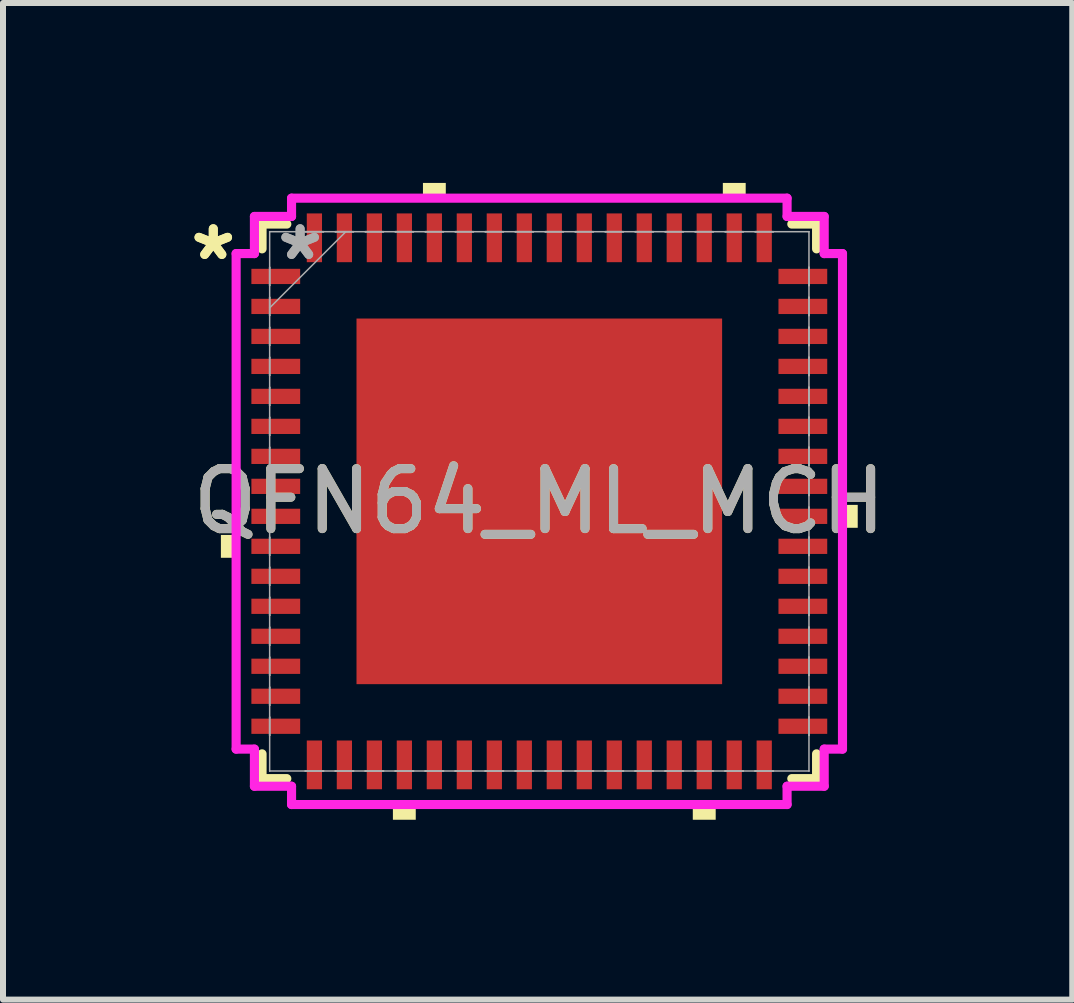
<source format=kicad_pcb>
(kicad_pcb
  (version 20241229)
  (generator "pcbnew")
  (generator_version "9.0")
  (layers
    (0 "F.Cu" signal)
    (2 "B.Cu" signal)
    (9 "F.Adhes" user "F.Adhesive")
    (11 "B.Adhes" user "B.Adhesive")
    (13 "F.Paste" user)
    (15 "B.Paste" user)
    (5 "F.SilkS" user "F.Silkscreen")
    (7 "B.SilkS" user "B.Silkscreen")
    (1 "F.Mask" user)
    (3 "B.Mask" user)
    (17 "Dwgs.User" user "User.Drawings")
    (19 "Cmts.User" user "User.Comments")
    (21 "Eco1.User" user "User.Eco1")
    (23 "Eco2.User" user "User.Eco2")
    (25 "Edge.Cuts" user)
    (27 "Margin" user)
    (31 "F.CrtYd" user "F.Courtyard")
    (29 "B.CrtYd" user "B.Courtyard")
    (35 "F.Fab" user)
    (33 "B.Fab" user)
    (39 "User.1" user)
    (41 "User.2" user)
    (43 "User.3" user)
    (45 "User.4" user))
  (footprint "QFN64_ML_MCH"
    (layer "F.Cu")
    (at 5.942 5.309)
    (property "Reference" "QFN64_ML_MCH" (at 0 0 0) (unlocked yes) (layer "F.SilkS") (effects (font (size 1 1) (thickness 0.15))))
    (attr smd)
    (fp_line (start -4.623 -4.623) (end -4.623 -4.21) (stroke (width 0.152) (type solid)) (layer "F.SilkS"))
    (fp_line (start -4.623 4.21) (end -4.623 4.623) (stroke (width 0.152) (type solid)) (layer "F.SilkS"))
    (fp_line (start -4.623 4.623) (end -4.21 4.623) (stroke (width 0.152) (type solid)) (layer "F.SilkS"))
    (fp_line (start -4.21 -4.623) (end -4.623 -4.623) (stroke (width 0.152) (type solid)) (layer "F.SilkS"))
    (fp_line (start 4.21 4.623) (end 4.623 4.623) (stroke (width 0.152) (type solid)) (layer "F.SilkS"))
    (fp_line (start 4.623 -4.623) (end 4.21 -4.623) (stroke (width 0.152) (type solid)) (layer "F.SilkS"))
    (fp_line (start 4.623 -4.21) (end 4.623 -4.623) (stroke (width 0.152) (type solid)) (layer "F.SilkS"))
    (fp_line (start 4.623 4.623) (end 4.623 4.21) (stroke (width 0.152) (type solid)) (layer "F.SilkS"))
    (fp_poly (pts (xy -5.309 0.56) (xy -5.309 0.941) (xy -5.055 0.941) (xy -5.055 0.56)) (stroke (width 0) (type solid)) (fill yes) (layer "F.SilkS"))
    (fp_poly (pts (xy -2.441 5.055) (xy -2.441 5.309) (xy -2.06 5.309) (xy -2.06 5.055)) (stroke (width 0) (type solid)) (fill yes) (layer "F.SilkS"))
    (fp_poly (pts (xy -1.94 -5.055) (xy -1.94 -5.309) (xy -1.559 -5.309) (xy -1.559 -5.055)) (stroke (width 0) (type solid)) (fill yes) (layer "F.SilkS"))
    (fp_poly (pts (xy 2.559 5.055) (xy 2.559 5.309) (xy 2.941 5.309) (xy 2.941 5.055)) (stroke (width 0) (type solid)) (fill yes) (layer "F.SilkS"))
    (fp_poly (pts (xy 3.06 -5.055) (xy 3.06 -5.309) (xy 3.441 -5.309) (xy 3.441 -5.055)) (stroke (width 0) (type solid)) (fill yes) (layer "F.SilkS"))
    (fp_poly (pts (xy 5.309 0.059) (xy 5.309 0.441) (xy 5.055 0.441) (xy 5.055 0.059)) (stroke (width 0) (type solid)) (fill yes) (layer "F.SilkS"))
    (fp_poly (pts (xy -2.948 -2.948) (xy -2.948 -1.624) (xy -1.624 -1.624) (xy -1.624 -2.948)) (stroke (width 0) (type solid)) (fill yes) (layer "F.Paste"))
    (fp_poly (pts (xy -2.948 -1.424) (xy -2.948 -0.1) (xy -1.624 -0.1) (xy -1.624 -1.424)) (stroke (width 0) (type solid)) (fill yes) (layer "F.Paste"))
    (fp_poly (pts (xy -2.948 0.1) (xy -2.948 1.424) (xy -1.624 1.424) (xy -1.624 0.1)) (stroke (width 0) (type solid)) (fill yes) (layer "F.Paste"))
    (fp_poly (pts (xy -2.948 1.624) (xy -2.948 2.948) (xy -1.624 2.948) (xy -1.624 1.624)) (stroke (width 0) (type solid)) (fill yes) (layer "F.Paste"))
    (fp_poly (pts (xy -1.424 -2.948) (xy -1.424 -1.624) (xy -0.1 -1.624) (xy -0.1 -2.948)) (stroke (width 0) (type solid)) (fill yes) (layer "F.Paste"))
    (fp_poly (pts (xy -1.424 -1.424) (xy -1.424 -0.1) (xy -0.1 -0.1) (xy -0.1 -1.424)) (stroke (width 0) (type solid)) (fill yes) (layer "F.Paste"))
    (fp_poly (pts (xy -1.424 0.1) (xy -1.424 1.424) (xy -0.1 1.424) (xy -0.1 0.1)) (stroke (width 0) (type solid)) (fill yes) (layer "F.Paste"))
    (fp_poly (pts (xy -1.424 1.624) (xy -1.424 2.948) (xy -0.1 2.948) (xy -0.1 1.624)) (stroke (width 0) (type solid)) (fill yes) (layer "F.Paste"))
    (fp_poly (pts (xy 0.1 -2.948) (xy 0.1 -1.624) (xy 1.424 -1.624) (xy 1.424 -2.948)) (stroke (width 0) (type solid)) (fill yes) (layer "F.Paste"))
    (fp_poly (pts (xy 0.1 -1.424) (xy 0.1 -0.1) (xy 1.424 -0.1) (xy 1.424 -1.424)) (stroke (width 0) (type solid)) (fill yes) (layer "F.Paste"))
    (fp_poly (pts (xy 0.1 0.1) (xy 0.1 1.424) (xy 1.424 1.424) (xy 1.424 0.1)) (stroke (width 0) (type solid)) (fill yes) (layer "F.Paste"))
    (fp_poly (pts (xy 0.1 1.624) (xy 0.1 2.948) (xy 1.424 2.948) (xy 1.424 1.624)) (stroke (width 0) (type solid)) (fill yes) (layer "F.Paste"))
    (fp_poly (pts (xy 1.624 -2.948) (xy 1.624 -1.624) (xy 2.948 -1.624) (xy 2.948 -2.948)) (stroke (width 0) (type solid)) (fill yes) (layer "F.Paste"))
    (fp_poly (pts (xy 1.624 -1.424) (xy 1.624 -0.1) (xy 2.948 -0.1) (xy 2.948 -1.424)) (stroke (width 0) (type solid)) (fill yes) (layer "F.Paste"))
    (fp_poly (pts (xy 1.624 0.1) (xy 1.624 1.424) (xy 2.948 1.424) (xy 2.948 0.1)) (stroke (width 0) (type solid)) (fill yes) (layer "F.Paste"))
    (fp_poly (pts (xy 1.624 1.624) (xy 1.624 2.948) (xy 2.948 2.948) (xy 2.948 1.624)) (stroke (width 0) (type solid)) (fill yes) (layer "F.Paste"))
    (fp_line (start -5.055 -4.131) (end -4.75 -4.131) (stroke (width 0.152) (type solid)) (layer "F.CrtYd"))
    (fp_line (start -5.055 4.131) (end -5.055 -4.131) (stroke (width 0.152) (type solid)) (layer "F.CrtYd"))
    (fp_line (start -4.75 -4.75) (end -4.131 -4.75) (stroke (width 0.152) (type solid)) (layer "F.CrtYd"))
    (fp_line (start -4.75 -4.131) (end -4.75 -4.75) (stroke (width 0.152) (type solid)) (layer "F.CrtYd"))
    (fp_line (start -4.75 4.131) (end -5.055 4.131) (stroke (width 0.152) (type solid)) (layer "F.CrtYd"))
    (fp_line (start -4.75 4.75) (end -4.75 4.131) (stroke (width 0.152) (type solid)) (layer "F.CrtYd"))
    (fp_line (start -4.131 -5.055) (end 4.131 -5.055) (stroke (width 0.152) (type solid)) (layer "F.CrtYd"))
    (fp_line (start -4.131 -4.75) (end -4.131 -5.055) (stroke (width 0.152) (type solid)) (layer "F.CrtYd"))
    (fp_line (start -4.131 4.75) (end -4.75 4.75) (stroke (width 0.152) (type solid)) (layer "F.CrtYd"))
    (fp_line (start -4.131 5.055) (end -4.131 4.75) (stroke (width 0.152) (type solid)) (layer "F.CrtYd"))
    (fp_line (start 4.131 -5.055) (end 4.131 -4.75) (stroke (width 0.152) (type solid)) (layer "F.CrtYd"))
    (fp_line (start 4.131 -4.75) (end 4.75 -4.75) (stroke (width 0.152) (type solid)) (layer "F.CrtYd"))
    (fp_line (start 4.131 4.75) (end 4.131 5.055) (stroke (width 0.152) (type solid)) (layer "F.CrtYd"))
    (fp_line (start 4.131 5.055) (end -4.131 5.055) (stroke (width 0.152) (type solid)) (layer "F.CrtYd"))
    (fp_line (start 4.75 -4.75) (end 4.75 -4.131) (stroke (width 0.152) (type solid)) (layer "F.CrtYd"))
    (fp_line (start 4.75 -4.131) (end 5.055 -4.131) (stroke (width 0.152) (type solid)) (layer "F.CrtYd"))
    (fp_line (start 4.75 4.131) (end 4.75 4.75) (stroke (width 0.152) (type solid)) (layer "F.CrtYd"))
    (fp_line (start 4.75 4.75) (end 4.131 4.75) (stroke (width 0.152) (type solid)) (layer "F.CrtYd"))
    (fp_line (start 5.055 -4.131) (end 5.055 4.131) (stroke (width 0.152) (type solid)) (layer "F.CrtYd"))
    (fp_line (start 5.055 4.131) (end 4.75 4.131) (stroke (width 0.152) (type solid)) (layer "F.CrtYd"))
    (fp_line (start -4.496 -4.496) (end -4.496 -4.496) (stroke (width 0.025) (type solid)) (layer "F.Fab"))
    (fp_line (start -4.496 -4.496) (end -4.496 4.496) (stroke (width 0.025) (type solid)) (layer "F.Fab"))
    (fp_line (start -4.496 -3.902) (end -4.496 -3.902) (stroke (width 0.025) (type solid)) (layer "F.Fab"))
    (fp_line (start -4.496 -3.902) (end -4.496 -3.598) (stroke (width 0.025) (type solid)) (layer "F.Fab"))
    (fp_line (start -4.496 -3.598) (end -4.496 -3.902) (stroke (width 0.025) (type solid)) (layer "F.Fab"))
    (fp_line (start -4.496 -3.598) (end -4.496 -3.598) (stroke (width 0.025) (type solid)) (layer "F.Fab"))
    (fp_line (start -4.496 -3.402) (end -4.496 -3.402) (stroke (width 0.025) (type solid)) (layer "F.Fab"))
    (fp_line (start -4.496 -3.402) (end -4.496 -3.098) (stroke (width 0.025) (type solid)) (layer "F.Fab"))
    (fp_line (start -4.496 -3.226) (end -3.226 -4.496) (stroke (width 0.025) (type solid)) (layer "F.Fab"))
    (fp_line (start -4.496 -3.098) (end -4.496 -3.402) (stroke (width 0.025) (type solid)) (layer "F.Fab"))
    (fp_line (start -4.496 -3.098) (end -4.496 -3.098) (stroke (width 0.025) (type solid)) (layer "F.Fab"))
    (fp_line (start -4.496 -2.902) (end -4.496 -2.902) (stroke (width 0.025) (type solid)) (layer "F.Fab"))
    (fp_line (start -4.496 -2.902) (end -4.496 -2.598) (stroke (width 0.025) (type solid)) (layer "F.Fab"))
    (fp_line (start -4.496 -2.598) (end -4.496 -2.902) (stroke (width 0.025) (type solid)) (layer "F.Fab"))
    (fp_line (start -4.496 -2.598) (end -4.496 -2.598) (stroke (width 0.025) (type solid)) (layer "F.Fab"))
    (fp_line (start -4.496 -2.402) (end -4.496 -2.402) (stroke (width 0.025) (type solid)) (layer "F.Fab"))
    (fp_line (start -4.496 -2.402) (end -4.496 -2.098) (stroke (width 0.025) (type solid)) (layer "F.Fab"))
    (fp_line (start -4.496 -2.098) (end -4.496 -2.402) (stroke (width 0.025) (type solid)) (layer "F.Fab"))
    (fp_line (start -4.496 -2.098) (end -4.496 -2.098) (stroke (width 0.025) (type solid)) (layer "F.Fab"))
    (fp_line (start -4.496 -1.902) (end -4.496 -1.902) (stroke (width 0.025) (type solid)) (layer "F.Fab"))
    (fp_line (start -4.496 -1.902) (end -4.496 -1.598) (stroke (width 0.025) (type solid)) (layer "F.Fab"))
    (fp_line (start -4.496 -1.598) (end -4.496 -1.902) (stroke (width 0.025) (type solid)) (layer "F.Fab"))
    (fp_line (start -4.496 -1.598) (end -4.496 -1.598) (stroke (width 0.025) (type solid)) (layer "F.Fab"))
    (fp_line (start -4.496 -1.402) (end -4.496 -1.402) (stroke (width 0.025) (type solid)) (layer "F.Fab"))
    (fp_line (start -4.496 -1.402) (end -4.496 -1.098) (stroke (width 0.025) (type solid)) (layer "F.Fab"))
    (fp_line (start -4.496 -1.098) (end -4.496 -1.402) (stroke (width 0.025) (type solid)) (layer "F.Fab"))
    (fp_line (start -4.496 -1.098) (end -4.496 -1.098) (stroke (width 0.025) (type solid)) (layer "F.Fab"))
    (fp_line (start -4.496 -0.902) (end -4.496 -0.902) (stroke (width 0.025) (type solid)) (layer "F.Fab"))
    (fp_line (start -4.496 -0.902) (end -4.496 -0.598) (stroke (width 0.025) (type solid)) (layer "F.Fab"))
    (fp_line (start -4.496 -0.598) (end -4.496 -0.902) (stroke (width 0.025) (type solid)) (layer "F.Fab"))
    (fp_line (start -4.496 -0.598) (end -4.496 -0.598) (stroke (width 0.025) (type solid)) (layer "F.Fab"))
    (fp_line (start -4.496 -0.402) (end -4.496 -0.402) (stroke (width 0.025) (type solid)) (layer "F.Fab"))
    (fp_line (start -4.496 -0.402) (end -4.496 -0.098) (stroke (width 0.025) (type solid)) (layer "F.Fab"))
    (fp_line (start -4.496 -0.098) (end -4.496 -0.402) (stroke (width 0.025) (type solid)) (layer "F.Fab"))
    (fp_line (start -4.496 -0.098) (end -4.496 -0.098) (stroke (width 0.025) (type solid)) (layer "F.Fab"))
    (fp_line (start -4.496 0.098) (end -4.496 0.098) (stroke (width 0.025) (type solid)) (layer "F.Fab"))
    (fp_line (start -4.496 0.098) (end -4.496 0.402) (stroke (width 0.025) (type solid)) (layer "F.Fab"))
    (fp_line (start -4.496 0.402) (end -4.496 0.098) (stroke (width 0.025) (type solid)) (layer "F.Fab"))
    (fp_line (start -4.496 0.402) (end -4.496 0.402) (stroke (width 0.025) (type solid)) (layer "F.Fab"))
    (fp_line (start -4.496 0.598) (end -4.496 0.598) (stroke (width 0.025) (type solid)) (layer "F.Fab"))
    (fp_line (start -4.496 0.598) (end -4.496 0.902) (stroke (width 0.025) (type solid)) (layer "F.Fab"))
    (fp_line (start -4.496 0.902) (end -4.496 0.598) (stroke (width 0.025) (type solid)) (layer "F.Fab"))
    (fp_line (start -4.496 0.902) (end -4.496 0.902) (stroke (width 0.025) (type solid)) (layer "F.Fab"))
    (fp_line (start -4.496 1.098) (end -4.496 1.098) (stroke (width 0.025) (type solid)) (layer "F.Fab"))
    (fp_line (start -4.496 1.098) (end -4.496 1.402) (stroke (width 0.025) (type solid)) (layer "F.Fab"))
    (fp_line (start -4.496 1.402) (end -4.496 1.098) (stroke (width 0.025) (type solid)) (layer "F.Fab"))
    (fp_line (start -4.496 1.402) (end -4.496 1.402) (stroke (width 0.025) (type solid)) (layer "F.Fab"))
    (fp_line (start -4.496 1.598) (end -4.496 1.598) (stroke (width 0.025) (type solid)) (layer "F.Fab"))
    (fp_line (start -4.496 1.598) (end -4.496 1.902) (stroke (width 0.025) (type solid)) (layer "F.Fab"))
    (fp_line (start -4.496 1.902) (end -4.496 1.598) (stroke (width 0.025) (type solid)) (layer "F.Fab"))
    (fp_line (start -4.496 1.902) (end -4.496 1.902) (stroke (width 0.025) (type solid)) (layer "F.Fab"))
    (fp_line (start -4.496 2.098) (end -4.496 2.098) (stroke (width 0.025) (type solid)) (layer "F.Fab"))
    (fp_line (start -4.496 2.098) (end -4.496 2.402) (stroke (width 0.025) (type solid)) (layer "F.Fab"))
    (fp_line (start -4.496 2.402) (end -4.496 2.098) (stroke (width 0.025) (type solid)) (layer "F.Fab"))
    (fp_line (start -4.496 2.402) (end -4.496 2.402) (stroke (width 0.025) (type solid)) (layer "F.Fab"))
    (fp_line (start -4.496 2.598) (end -4.496 2.598) (stroke (width 0.025) (type solid)) (layer "F.Fab"))
    (fp_line (start -4.496 2.598) (end -4.496 2.902) (stroke (width 0.025) (type solid)) (layer "F.Fab"))
    (fp_line (start -4.496 2.902) (end -4.496 2.598) (stroke (width 0.025) (type solid)) (layer "F.Fab"))
    (fp_line (start -4.496 2.902) (end -4.496 2.902) (stroke (width 0.025) (type solid)) (layer "F.Fab"))
    (fp_line (start -4.496 3.098) (end -4.496 3.098) (stroke (width 0.025) (type solid)) (layer "F.Fab"))
    (fp_line (start -4.496 3.098) (end -4.496 3.402) (stroke (width 0.025) (type solid)) (layer "F.Fab"))
    (fp_line (start -4.496 3.402) (end -4.496 3.098) (stroke (width 0.025) (type solid)) (layer "F.Fab"))
    (fp_line (start -4.496 3.402) (end -4.496 3.402) (stroke (width 0.025) (type solid)) (layer "F.Fab"))
    (fp_line (start -4.496 3.598) (end -4.496 3.598) (stroke (width 0.025) (type solid)) (layer "F.Fab"))
    (fp_line (start -4.496 3.598) (end -4.496 3.902) (stroke (width 0.025) (type solid)) (layer "F.Fab"))
    (fp_line (start -4.496 3.902) (end -4.496 3.598) (stroke (width 0.025) (type solid)) (layer "F.Fab"))
    (fp_line (start -4.496 3.902) (end -4.496 3.902) (stroke (width 0.025) (type solid)) (layer "F.Fab"))
    (fp_line (start -4.496 4.496) (end -4.496 4.496) (stroke (width 0.025) (type solid)) (layer "F.Fab"))
    (fp_line (start -4.496 4.496) (end 4.496 4.496) (stroke (width 0.025) (type solid)) (layer "F.Fab"))
    (fp_line (start -3.902 -4.496) (end -3.902 -4.496) (stroke (width 0.025) (type solid)) (layer "F.Fab"))
    (fp_line (start -3.902 -4.496) (end -3.598 -4.496) (stroke (width 0.025) (type solid)) (layer "F.Fab"))
    (fp_line (start -3.902 4.496) (end -3.902 4.496) (stroke (width 0.025) (type solid)) (layer "F.Fab"))
    (fp_line (start -3.902 4.496) (end -3.598 4.496) (stroke (width 0.025) (type solid)) (layer "F.Fab"))
    (fp_line (start -3.598 -4.496) (end -3.902 -4.496) (stroke (width 0.025) (type solid)) (layer "F.Fab"))
    (fp_line (start -3.598 -4.496) (end -3.598 -4.496) (stroke (width 0.025) (type solid)) (layer "F.Fab"))
    (fp_line (start -3.598 4.496) (end -3.902 4.496) (stroke (width 0.025) (type solid)) (layer "F.Fab"))
    (fp_line (start -3.598 4.496) (end -3.598 4.496) (stroke (width 0.025) (type solid)) (layer "F.Fab"))
    (fp_line (start -3.402 -4.496) (end -3.402 -4.496) (stroke (width 0.025) (type solid)) (layer "F.Fab"))
    (fp_line (start -3.402 -4.496) (end -3.098 -4.496) (stroke (width 0.025) (type solid)) (layer "F.Fab"))
    (fp_line (start -3.402 4.496) (end -3.402 4.496) (stroke (width 0.025) (type solid)) (layer "F.Fab"))
    (fp_line (start -3.402 4.496) (end -3.098 4.496) (stroke (width 0.025) (type solid)) (layer "F.Fab"))
    (fp_line (start -3.098 -4.496) (end -3.402 -4.496) (stroke (width 0.025) (type solid)) (layer "F.Fab"))
    (fp_line (start -3.098 -4.496) (end -3.098 -4.496) (stroke (width 0.025) (type solid)) (layer "F.Fab"))
    (fp_line (start -3.098 4.496) (end -3.402 4.496) (stroke (width 0.025) (type solid)) (layer "F.Fab"))
    (fp_line (start -3.098 4.496) (end -3.098 4.496) (stroke (width 0.025) (type solid)) (layer "F.Fab"))
    (fp_line (start -2.902 -4.496) (end -2.902 -4.496) (stroke (width 0.025) (type solid)) (layer "F.Fab"))
    (fp_line (start -2.902 -4.496) (end -2.598 -4.496) (stroke (width 0.025) (type solid)) (layer "F.Fab"))
    (fp_line (start -2.902 4.496) (end -2.902 4.496) (stroke (width 0.025) (type solid)) (layer "F.Fab"))
    (fp_line (start -2.902 4.496) (end -2.598 4.496) (stroke (width 0.025) (type solid)) (layer "F.Fab"))
    (fp_line (start -2.598 -4.496) (end -2.902 -4.496) (stroke (width 0.025) (type solid)) (layer "F.Fab"))
    (fp_line (start -2.598 -4.496) (end -2.598 -4.496) (stroke (width 0.025) (type solid)) (layer "F.Fab"))
    (fp_line (start -2.598 4.496) (end -2.902 4.496) (stroke (width 0.025) (type solid)) (layer "F.Fab"))
    (fp_line (start -2.598 4.496) (end -2.598 4.496) (stroke (width 0.025) (type solid)) (layer "F.Fab"))
    (fp_line (start -2.402 -4.496) (end -2.402 -4.496) (stroke (width 0.025) (type solid)) (layer "F.Fab"))
    (fp_line (start -2.402 -4.496) (end -2.098 -4.496) (stroke (width 0.025) (type solid)) (layer "F.Fab"))
    (fp_line (start -2.402 4.496) (end -2.402 4.496) (stroke (width 0.025) (type solid)) (layer "F.Fab"))
    (fp_line (start -2.402 4.496) (end -2.098 4.496) (stroke (width 0.025) (type solid)) (layer "F.Fab"))
    (fp_line (start -2.098 -4.496) (end -2.402 -4.496) (stroke (width 0.025) (type solid)) (layer "F.Fab"))
    (fp_line (start -2.098 -4.496) (end -2.098 -4.496) (stroke (width 0.025) (type solid)) (layer "F.Fab"))
    (fp_line (start -2.098 4.496) (end -2.402 4.496) (stroke (width 0.025) (type solid)) (layer "F.Fab"))
    (fp_line (start -2.098 4.496) (end -2.098 4.496) (stroke (width 0.025) (type solid)) (layer "F.Fab"))
    (fp_line (start -1.902 -4.496) (end -1.902 -4.496) (stroke (width 0.025) (type solid)) (layer "F.Fab"))
    (fp_line (start -1.902 -4.496) (end -1.598 -4.496) (stroke (width 0.025) (type solid)) (layer "F.Fab"))
    (fp_line (start -1.902 4.496) (end -1.902 4.496) (stroke (width 0.025) (type solid)) (layer "F.Fab"))
    (fp_line (start -1.902 4.496) (end -1.598 4.496) (stroke (width 0.025) (type solid)) (layer "F.Fab"))
    (fp_line (start -1.598 -4.496) (end -1.902 -4.496) (stroke (width 0.025) (type solid)) (layer "F.Fab"))
    (fp_line (start -1.598 -4.496) (end -1.598 -4.496) (stroke (width 0.025) (type solid)) (layer "F.Fab"))
    (fp_line (start -1.598 4.496) (end -1.902 4.496) (stroke (width 0.025) (type solid)) (layer "F.Fab"))
    (fp_line (start -1.598 4.496) (end -1.598 4.496) (stroke (width 0.025) (type solid)) (layer "F.Fab"))
    (fp_line (start -1.402 -4.496) (end -1.402 -4.496) (stroke (width 0.025) (type solid)) (layer "F.Fab"))
    (fp_line (start -1.402 -4.496) (end -1.098 -4.496) (stroke (width 0.025) (type solid)) (layer "F.Fab"))
    (fp_line (start -1.402 4.496) (end -1.402 4.496) (stroke (width 0.025) (type solid)) (layer "F.Fab"))
    (fp_line (start -1.402 4.496) (end -1.098 4.496) (stroke (width 0.025) (type solid)) (layer "F.Fab"))
    (fp_line (start -1.098 -4.496) (end -1.402 -4.496) (stroke (width 0.025) (type solid)) (layer "F.Fab"))
    (fp_line (start -1.098 -4.496) (end -1.098 -4.496) (stroke (width 0.025) (type solid)) (layer "F.Fab"))
    (fp_line (start -1.098 4.496) (end -1.402 4.496) (stroke (width 0.025) (type solid)) (layer "F.Fab"))
    (fp_line (start -1.098 4.496) (end -1.098 4.496) (stroke (width 0.025) (type solid)) (layer "F.Fab"))
    (fp_line (start -0.902 -4.496) (end -0.902 -4.496) (stroke (width 0.025) (type solid)) (layer "F.Fab"))
    (fp_line (start -0.902 -4.496) (end -0.598 -4.496) (stroke (width 0.025) (type solid)) (layer "F.Fab"))
    (fp_line (start -0.902 4.496) (end -0.902 4.496) (stroke (width 0.025) (type solid)) (layer "F.Fab"))
    (fp_line (start -0.902 4.496) (end -0.598 4.496) (stroke (width 0.025) (type solid)) (layer "F.Fab"))
    (fp_line (start -0.598 -4.496) (end -0.902 -4.496) (stroke (width 0.025) (type solid)) (layer "F.Fab"))
    (fp_line (start -0.598 -4.496) (end -0.598 -4.496) (stroke (width 0.025) (type solid)) (layer "F.Fab"))
    (fp_line (start -0.598 4.496) (end -0.902 4.496) (stroke (width 0.025) (type solid)) (layer "F.Fab"))
    (fp_line (start -0.598 4.496) (end -0.598 4.496) (stroke (width 0.025) (type solid)) (layer "F.Fab"))
    (fp_line (start -0.402 -4.496) (end -0.402 -4.496) (stroke (width 0.025) (type solid)) (layer "F.Fab"))
    (fp_line (start -0.402 -4.496) (end -0.098 -4.496) (stroke (width 0.025) (type solid)) (layer "F.Fab"))
    (fp_line (start -0.402 4.496) (end -0.402 4.496) (stroke (width 0.025) (type solid)) (layer "F.Fab"))
    (fp_line (start -0.402 4.496) (end -0.098 4.496) (stroke (width 0.025) (type solid)) (layer "F.Fab"))
    (fp_line (start -0.098 -4.496) (end -0.402 -4.496) (stroke (width 0.025) (type solid)) (layer "F.Fab"))
    (fp_line (start -0.098 -4.496) (end -0.098 -4.496) (stroke (width 0.025) (type solid)) (layer "F.Fab"))
    (fp_line (start -0.098 4.496) (end -0.402 4.496) (stroke (width 0.025) (type solid)) (layer "F.Fab"))
    (fp_line (start -0.098 4.496) (end -0.098 4.496) (stroke (width 0.025) (type solid)) (layer "F.Fab"))
    (fp_line (start 0.098 -4.496) (end 0.098 -4.496) (stroke (width 0.025) (type solid)) (layer "F.Fab"))
    (fp_line (start 0.098 -4.496) (end 0.402 -4.496) (stroke (width 0.025) (type solid)) (layer "F.Fab"))
    (fp_line (start 0.098 4.496) (end 0.098 4.496) (stroke (width 0.025) (type solid)) (layer "F.Fab"))
    (fp_line (start 0.098 4.496) (end 0.402 4.496) (stroke (width 0.025) (type solid)) (layer "F.Fab"))
    (fp_line (start 0.402 -4.496) (end 0.098 -4.496) (stroke (width 0.025) (type solid)) (layer "F.Fab"))
    (fp_line (start 0.402 -4.496) (end 0.402 -4.496) (stroke (width 0.025) (type solid)) (layer "F.Fab"))
    (fp_line (start 0.402 4.496) (end 0.098 4.496) (stroke (width 0.025) (type solid)) (layer "F.Fab"))
    (fp_line (start 0.402 4.496) (end 0.402 4.496) (stroke (width 0.025) (type solid)) (layer "F.Fab"))
    (fp_line (start 0.598 -4.496) (end 0.598 -4.496) (stroke (width 0.025) (type solid)) (layer "F.Fab"))
    (fp_line (start 0.598 -4.496) (end 0.902 -4.496) (stroke (width 0.025) (type solid)) (layer "F.Fab"))
    (fp_line (start 0.598 4.496) (end 0.598 4.496) (stroke (width 0.025) (type solid)) (layer "F.Fab"))
    (fp_line (start 0.598 4.496) (end 0.902 4.496) (stroke (width 0.025) (type solid)) (layer "F.Fab"))
    (fp_line (start 0.902 -4.496) (end 0.598 -4.496) (stroke (width 0.025) (type solid)) (layer "F.Fab"))
    (fp_line (start 0.902 -4.496) (end 0.902 -4.496) (stroke (width 0.025) (type solid)) (layer "F.Fab"))
    (fp_line (start 0.902 4.496) (end 0.598 4.496) (stroke (width 0.025) (type solid)) (layer "F.Fab"))
    (fp_line (start 0.902 4.496) (end 0.902 4.496) (stroke (width 0.025) (type solid)) (layer "F.Fab"))
    (fp_line (start 1.098 -4.496) (end 1.098 -4.496) (stroke (width 0.025) (type solid)) (layer "F.Fab"))
    (fp_line (start 1.098 -4.496) (end 1.402 -4.496) (stroke (width 0.025) (type solid)) (layer "F.Fab"))
    (fp_line (start 1.098 4.496) (end 1.098 4.496) (stroke (width 0.025) (type solid)) (layer "F.Fab"))
    (fp_line (start 1.098 4.496) (end 1.402 4.496) (stroke (width 0.025) (type solid)) (layer "F.Fab"))
    (fp_line (start 1.402 -4.496) (end 1.098 -4.496) (stroke (width 0.025) (type solid)) (layer "F.Fab"))
    (fp_line (start 1.402 -4.496) (end 1.402 -4.496) (stroke (width 0.025) (type solid)) (layer "F.Fab"))
    (fp_line (start 1.402 4.496) (end 1.098 4.496) (stroke (width 0.025) (type solid)) (layer "F.Fab"))
    (fp_line (start 1.402 4.496) (end 1.402 4.496) (stroke (width 0.025) (type solid)) (layer "F.Fab"))
    (fp_line (start 1.598 -4.496) (end 1.598 -4.496) (stroke (width 0.025) (type solid)) (layer "F.Fab"))
    (fp_line (start 1.598 -4.496) (end 1.902 -4.496) (stroke (width 0.025) (type solid)) (layer "F.Fab"))
    (fp_line (start 1.598 4.496) (end 1.598 4.496) (stroke (width 0.025) (type solid)) (layer "F.Fab"))
    (fp_line (start 1.598 4.496) (end 1.902 4.496) (stroke (width 0.025) (type solid)) (layer "F.Fab"))
    (fp_line (start 1.902 -4.496) (end 1.598 -4.496) (stroke (width 0.025) (type solid)) (layer "F.Fab"))
    (fp_line (start 1.902 -4.496) (end 1.902 -4.496) (stroke (width 0.025) (type solid)) (layer "F.Fab"))
    (fp_line (start 1.902 4.496) (end 1.598 4.496) (stroke (width 0.025) (type solid)) (layer "F.Fab"))
    (fp_line (start 1.902 4.496) (end 1.902 4.496) (stroke (width 0.025) (type solid)) (layer "F.Fab"))
    (fp_line (start 2.098 -4.496) (end 2.098 -4.496) (stroke (width 0.025) (type solid)) (layer "F.Fab"))
    (fp_line (start 2.098 -4.496) (end 2.402 -4.496) (stroke (width 0.025) (type solid)) (layer "F.Fab"))
    (fp_line (start 2.098 4.496) (end 2.098 4.496) (stroke (width 0.025) (type solid)) (layer "F.Fab"))
    (fp_line (start 2.098 4.496) (end 2.402 4.496) (stroke (width 0.025) (type solid)) (layer "F.Fab"))
    (fp_line (start 2.402 -4.496) (end 2.098 -4.496) (stroke (width 0.025) (type solid)) (layer "F.Fab"))
    (fp_line (start 2.402 -4.496) (end 2.402 -4.496) (stroke (width 0.025) (type solid)) (layer "F.Fab"))
    (fp_line (start 2.402 4.496) (end 2.098 4.496) (stroke (width 0.025) (type solid)) (layer "F.Fab"))
    (fp_line (start 2.402 4.496) (end 2.402 4.496) (stroke (width 0.025) (type solid)) (layer "F.Fab"))
    (fp_line (start 2.598 -4.496) (end 2.598 -4.496) (stroke (width 0.025) (type solid)) (layer "F.Fab"))
    (fp_line (start 2.598 -4.496) (end 2.902 -4.496) (stroke (width 0.025) (type solid)) (layer "F.Fab"))
    (fp_line (start 2.598 4.496) (end 2.598 4.496) (stroke (width 0.025) (type solid)) (layer "F.Fab"))
    (fp_line (start 2.598 4.496) (end 2.902 4.496) (stroke (width 0.025) (type solid)) (layer "F.Fab"))
    (fp_line (start 2.902 -4.496) (end 2.598 -4.496) (stroke (width 0.025) (type solid)) (layer "F.Fab"))
    (fp_line (start 2.902 -4.496) (end 2.902 -4.496) (stroke (width 0.025) (type solid)) (layer "F.Fab"))
    (fp_line (start 2.902 4.496) (end 2.598 4.496) (stroke (width 0.025) (type solid)) (layer "F.Fab"))
    (fp_line (start 2.902 4.496) (end 2.902 4.496) (stroke (width 0.025) (type solid)) (layer "F.Fab"))
    (fp_line (start 3.098 -4.496) (end 3.098 -4.496) (stroke (width 0.025) (type solid)) (layer "F.Fab"))
    (fp_line (start 3.098 -4.496) (end 3.402 -4.496) (stroke (width 0.025) (type solid)) (layer "F.Fab"))
    (fp_line (start 3.098 4.496) (end 3.098 4.496) (stroke (width 0.025) (type solid)) (layer "F.Fab"))
    (fp_line (start 3.098 4.496) (end 3.402 4.496) (stroke (width 0.025) (type solid)) (layer "F.Fab"))
    (fp_line (start 3.402 -4.496) (end 3.098 -4.496) (stroke (width 0.025) (type solid)) (layer "F.Fab"))
    (fp_line (start 3.402 -4.496) (end 3.402 -4.496) (stroke (width 0.025) (type solid)) (layer "F.Fab"))
    (fp_line (start 3.402 4.496) (end 3.098 4.496) (stroke (width 0.025) (type solid)) (layer "F.Fab"))
    (fp_line (start 3.402 4.496) (end 3.402 4.496) (stroke (width 0.025) (type solid)) (layer "F.Fab"))
    (fp_line (start 3.598 -4.496) (end 3.598 -4.496) (stroke (width 0.025) (type solid)) (layer "F.Fab"))
    (fp_line (start 3.598 -4.496) (end 3.902 -4.496) (stroke (width 0.025) (type solid)) (layer "F.Fab"))
    (fp_line (start 3.598 4.496) (end 3.598 4.496) (stroke (width 0.025) (type solid)) (layer "F.Fab"))
    (fp_line (start 3.598 4.496) (end 3.902 4.496) (stroke (width 0.025) (type solid)) (layer "F.Fab"))
    (fp_line (start 3.902 -4.496) (end 3.598 -4.496) (stroke (width 0.025) (type solid)) (layer "F.Fab"))
    (fp_line (start 3.902 -4.496) (end 3.902 -4.496) (stroke (width 0.025) (type solid)) (layer "F.Fab"))
    (fp_line (start 3.902 4.496) (end 3.598 4.496) (stroke (width 0.025) (type solid)) (layer "F.Fab"))
    (fp_line (start 3.902 4.496) (end 3.902 4.496) (stroke (width 0.025) (type solid)) (layer "F.Fab"))
    (fp_line (start 4.496 -4.496) (end -4.496 -4.496) (stroke (width 0.025) (type solid)) (layer "F.Fab"))
    (fp_line (start 4.496 -4.496) (end 4.496 -4.496) (stroke (width 0.025) (type solid)) (layer "F.Fab"))
    (fp_line (start 4.496 -3.902) (end 4.496 -3.902) (stroke (width 0.025) (type solid)) (layer "F.Fab"))
    (fp_line (start 4.496 -3.902) (end 4.496 -3.598) (stroke (width 0.025) (type solid)) (layer "F.Fab"))
    (fp_line (start 4.496 -3.598) (end 4.496 -3.902) (stroke (width 0.025) (type solid)) (layer "F.Fab"))
    (fp_line (start 4.496 -3.598) (end 4.496 -3.598) (stroke (width 0.025) (type solid)) (layer "F.Fab"))
    (fp_line (start 4.496 -3.402) (end 4.496 -3.402) (stroke (width 0.025) (type solid)) (layer "F.Fab"))
    (fp_line (start 4.496 -3.402) (end 4.496 -3.098) (stroke (width 0.025) (type solid)) (layer "F.Fab"))
    (fp_line (start 4.496 -3.098) (end 4.496 -3.402) (stroke (width 0.025) (type solid)) (layer "F.Fab"))
    (fp_line (start 4.496 -3.098) (end 4.496 -3.098) (stroke (width 0.025) (type solid)) (layer "F.Fab"))
    (fp_line (start 4.496 -2.902) (end 4.496 -2.902) (stroke (width 0.025) (type solid)) (layer "F.Fab"))
    (fp_line (start 4.496 -2.902) (end 4.496 -2.598) (stroke (width 0.025) (type solid)) (layer "F.Fab"))
    (fp_line (start 4.496 -2.598) (end 4.496 -2.902) (stroke (width 0.025) (type solid)) (layer "F.Fab"))
    (fp_line (start 4.496 -2.598) (end 4.496 -2.598) (stroke (width 0.025) (type solid)) (layer "F.Fab"))
    (fp_line (start 4.496 -2.402) (end 4.496 -2.402) (stroke (width 0.025) (type solid)) (layer "F.Fab"))
    (fp_line (start 4.496 -2.402) (end 4.496 -2.098) (stroke (width 0.025) (type solid)) (layer "F.Fab"))
    (fp_line (start 4.496 -2.098) (end 4.496 -2.402) (stroke (width 0.025) (type solid)) (layer "F.Fab"))
    (fp_line (start 4.496 -2.098) (end 4.496 -2.098) (stroke (width 0.025) (type solid)) (layer "F.Fab"))
    (fp_line (start 4.496 -1.902) (end 4.496 -1.902) (stroke (width 0.025) (type solid)) (layer "F.Fab"))
    (fp_line (start 4.496 -1.902) (end 4.496 -1.598) (stroke (width 0.025) (type solid)) (layer "F.Fab"))
    (fp_line (start 4.496 -1.598) (end 4.496 -1.902) (stroke (width 0.025) (type solid)) (layer "F.Fab"))
    (fp_line (start 4.496 -1.598) (end 4.496 -1.598) (stroke (width 0.025) (type solid)) (layer "F.Fab"))
    (fp_line (start 4.496 -1.402) (end 4.496 -1.402) (stroke (width 0.025) (type solid)) (layer "F.Fab"))
    (fp_line (start 4.496 -1.402) (end 4.496 -1.098) (stroke (width 0.025) (type solid)) (layer "F.Fab"))
    (fp_line (start 4.496 -1.098) (end 4.496 -1.402) (stroke (width 0.025) (type solid)) (layer "F.Fab"))
    (fp_line (start 4.496 -1.098) (end 4.496 -1.098) (stroke (width 0.025) (type solid)) (layer "F.Fab"))
    (fp_line (start 4.496 -0.902) (end 4.496 -0.902) (stroke (width 0.025) (type solid)) (layer "F.Fab"))
    (fp_line (start 4.496 -0.902) (end 4.496 -0.598) (stroke (width 0.025) (type solid)) (layer "F.Fab"))
    (fp_line (start 4.496 -0.598) (end 4.496 -0.902) (stroke (width 0.025) (type solid)) (layer "F.Fab"))
    (fp_line (start 4.496 -0.598) (end 4.496 -0.598) (stroke (width 0.025) (type solid)) (layer "F.Fab"))
    (fp_line (start 4.496 -0.402) (end 4.496 -0.402) (stroke (width 0.025) (type solid)) (layer "F.Fab"))
    (fp_line (start 4.496 -0.402) (end 4.496 -0.098) (stroke (width 0.025) (type solid)) (layer "F.Fab"))
    (fp_line (start 4.496 -0.098) (end 4.496 -0.402) (stroke (width 0.025) (type solid)) (layer "F.Fab"))
    (fp_line (start 4.496 -0.098) (end 4.496 -0.098) (stroke (width 0.025) (type solid)) (layer "F.Fab"))
    (fp_line (start 4.496 0.098) (end 4.496 0.098) (stroke (width 0.025) (type solid)) (layer "F.Fab"))
    (fp_line (start 4.496 0.098) (end 4.496 0.402) (stroke (width 0.025) (type solid)) (layer "F.Fab"))
    (fp_line (start 4.496 0.402) (end 4.496 0.098) (stroke (width 0.025) (type solid)) (layer "F.Fab"))
    (fp_line (start 4.496 0.402) (end 4.496 0.402) (stroke (width 0.025) (type solid)) (layer "F.Fab"))
    (fp_line (start 4.496 0.598) (end 4.496 0.598) (stroke (width 0.025) (type solid)) (layer "F.Fab"))
    (fp_line (start 4.496 0.598) (end 4.496 0.902) (stroke (width 0.025) (type solid)) (layer "F.Fab"))
    (fp_line (start 4.496 0.902) (end 4.496 0.598) (stroke (width 0.025) (type solid)) (layer "F.Fab"))
    (fp_line (start 4.496 0.902) (end 4.496 0.902) (stroke (width 0.025) (type solid)) (layer "F.Fab"))
    (fp_line (start 4.496 1.098) (end 4.496 1.098) (stroke (width 0.025) (type solid)) (layer "F.Fab"))
    (fp_line (start 4.496 1.098) (end 4.496 1.402) (stroke (width 0.025) (type solid)) (layer "F.Fab"))
    (fp_line (start 4.496 1.402) (end 4.496 1.098) (stroke (width 0.025) (type solid)) (layer "F.Fab"))
    (fp_line (start 4.496 1.402) (end 4.496 1.402) (stroke (width 0.025) (type solid)) (layer "F.Fab"))
    (fp_line (start 4.496 1.598) (end 4.496 1.598) (stroke (width 0.025) (type solid)) (layer "F.Fab"))
    (fp_line (start 4.496 1.598) (end 4.496 1.902) (stroke (width 0.025) (type solid)) (layer "F.Fab"))
    (fp_line (start 4.496 1.902) (end 4.496 1.598) (stroke (width 0.025) (type solid)) (layer "F.Fab"))
    (fp_line (start 4.496 1.902) (end 4.496 1.902) (stroke (width 0.025) (type solid)) (layer "F.Fab"))
    (fp_line (start 4.496 2.098) (end 4.496 2.098) (stroke (width 0.025) (type solid)) (layer "F.Fab"))
    (fp_line (start 4.496 2.098) (end 4.496 2.402) (stroke (width 0.025) (type solid)) (layer "F.Fab"))
    (fp_line (start 4.496 2.402) (end 4.496 2.098) (stroke (width 0.025) (type solid)) (layer "F.Fab"))
    (fp_line (start 4.496 2.402) (end 4.496 2.402) (stroke (width 0.025) (type solid)) (layer "F.Fab"))
    (fp_line (start 4.496 2.598) (end 4.496 2.598) (stroke (width 0.025) (type solid)) (layer "F.Fab"))
    (fp_line (start 4.496 2.598) (end 4.496 2.902) (stroke (width 0.025) (type solid)) (layer "F.Fab"))
    (fp_line (start 4.496 2.902) (end 4.496 2.598) (stroke (width 0.025) (type solid)) (layer "F.Fab"))
    (fp_line (start 4.496 2.902) (end 4.496 2.902) (stroke (width 0.025) (type solid)) (layer "F.Fab"))
    (fp_line (start 4.496 3.098) (end 4.496 3.098) (stroke (width 0.025) (type solid)) (layer "F.Fab"))
    (fp_line (start 4.496 3.098) (end 4.496 3.402) (stroke (width 0.025) (type solid)) (layer "F.Fab"))
    (fp_line (start 4.496 3.402) (end 4.496 3.098) (stroke (width 0.025) (type solid)) (layer "F.Fab"))
    (fp_line (start 4.496 3.402) (end 4.496 3.402) (stroke (width 0.025) (type solid)) (layer "F.Fab"))
    (fp_line (start 4.496 3.598) (end 4.496 3.598) (stroke (width 0.025) (type solid)) (layer "F.Fab"))
    (fp_line (start 4.496 3.598) (end 4.496 3.902) (stroke (width 0.025) (type solid)) (layer "F.Fab"))
    (fp_line (start 4.496 3.902) (end 4.496 3.598) (stroke (width 0.025) (type solid)) (layer "F.Fab"))
    (fp_line (start 4.496 3.902) (end 4.496 3.902) (stroke (width 0.025) (type solid)) (layer "F.Fab"))
    (fp_line (start 4.496 4.496) (end 4.496 -4.496) (stroke (width 0.025) (type solid)) (layer "F.Fab"))
    (fp_line (start 4.496 4.496) (end 4.496 4.496) (stroke (width 0.025) (type solid)) (layer "F.Fab"))
    (fp_text user "*" (at -5.436 -4 0) (layer "F.SilkS") (effects (font (size 1 1) (thickness 0.15))))
    (fp_text user "*" (at -5.436 -4 0) (unlocked yes) (layer "F.SilkS") (effects (font (size 1 1) (thickness 0.15))))
    (fp_text user "*" (at -3.988 -4 0) (unlocked yes) (layer "F.Fab") (effects (font (size 1 1) (thickness 0.15))))
    (fp_text user "${REFERENCE}" (at 0 0 0) (unlocked yes) (layer "F.Fab") (effects (font (size 1 1) (thickness 0.15))))
    (fp_text user "*" (at -3.988 -4 0) (layer "F.Fab") (effects (font (size 1 1) (thickness 0.15))))
    (pad "1" smd rect (at -4.394 -3.75 90) (size 0.254 0.813) (layers "F.Cu" "F.Mask" "F.Paste"))
    (pad "2" smd rect (at -4.394 -3.25 90) (size 0.254 0.813) (layers "F.Cu" "F.Mask" "F.Paste"))
    (pad "3" smd rect (at -4.394 -2.75 90) (size 0.254 0.813) (layers "F.Cu" "F.Mask" "F.Paste"))
    (pad "4" smd rect (at -4.394 -2.25 90) (size 0.254 0.813) (layers "F.Cu" "F.Mask" "F.Paste"))
    (pad "5" smd rect (at -4.394 -1.75 90) (size 0.254 0.813) (layers "F.Cu" "F.Mask" "F.Paste"))
    (pad "6" smd rect (at -4.394 -1.25 90) (size 0.254 0.813) (layers "F.Cu" "F.Mask" "F.Paste"))
    (pad "7" smd rect (at -4.394 -0.75 90) (size 0.254 0.813) (layers "F.Cu" "F.Mask" "F.Paste"))
    (pad "8" smd rect (at -4.394 -0.25 90) (size 0.254 0.813) (layers "F.Cu" "F.Mask" "F.Paste"))
    (pad "9" smd rect (at -4.394 0.25 90) (size 0.254 0.813) (layers "F.Cu" "F.Mask" "F.Paste"))
    (pad "10" smd rect (at -4.394 0.75 90) (size 0.254 0.813) (layers "F.Cu" "F.Mask" "F.Paste"))
    (pad "11" smd rect (at -4.394 1.25 90) (size 0.254 0.813) (layers "F.Cu" "F.Mask" "F.Paste"))
    (pad "12" smd rect (at -4.394 1.75 90) (size 0.254 0.813) (layers "F.Cu" "F.Mask" "F.Paste"))
    (pad "13" smd rect (at -4.394 2.25 90) (size 0.254 0.813) (layers "F.Cu" "F.Mask" "F.Paste"))
    (pad "14" smd rect (at -4.394 2.75 90) (size 0.254 0.813) (layers "F.Cu" "F.Mask" "F.Paste"))
    (pad "15" smd rect (at -4.394 3.25 90) (size 0.254 0.813) (layers "F.Cu" "F.Mask" "F.Paste"))
    (pad "16" smd rect (at -4.394 3.75 90) (size 0.254 0.813) (layers "F.Cu" "F.Mask" "F.Paste"))
    (pad "17" smd rect (at -3.75 4.394) (size 0.254 0.813) (layers "F.Cu" "F.Mask" "F.Paste"))
    (pad "18" smd rect (at -3.25 4.394) (size 0.254 0.813) (layers "F.Cu" "F.Mask" "F.Paste"))
    (pad "19" smd rect (at -2.75 4.394) (size 0.254 0.813) (layers "F.Cu" "F.Mask" "F.Paste"))
    (pad "20" smd rect (at -2.25 4.394) (size 0.254 0.813) (layers "F.Cu" "F.Mask" "F.Paste"))
    (pad "21" smd rect (at -1.75 4.394) (size 0.254 0.813) (layers "F.Cu" "F.Mask" "F.Paste"))
    (pad "22" smd rect (at -1.25 4.394) (size 0.254 0.813) (layers "F.Cu" "F.Mask" "F.Paste"))
    (pad "23" smd rect (at -0.75 4.394) (size 0.254 0.813) (layers "F.Cu" "F.Mask" "F.Paste"))
    (pad "24" smd rect (at -0.25 4.394) (size 0.254 0.813) (layers "F.Cu" "F.Mask" "F.Paste"))
    (pad "25" smd rect (at 0.25 4.394) (size 0.254 0.813) (layers "F.Cu" "F.Mask" "F.Paste"))
    (pad "26" smd rect (at 0.75 4.394) (size 0.254 0.813) (layers "F.Cu" "F.Mask" "F.Paste"))
    (pad "27" smd rect (at 1.25 4.394) (size 0.254 0.813) (layers "F.Cu" "F.Mask" "F.Paste"))
    (pad "28" smd rect (at 1.75 4.394) (size 0.254 0.813) (layers "F.Cu" "F.Mask" "F.Paste"))
    (pad "29" smd rect (at 2.25 4.394) (size 0.254 0.813) (layers "F.Cu" "F.Mask" "F.Paste"))
    (pad "30" smd rect (at 2.75 4.394) (size 0.254 0.813) (layers "F.Cu" "F.Mask" "F.Paste"))
    (pad "31" smd rect (at 3.25 4.394) (size 0.254 0.813) (layers "F.Cu" "F.Mask" "F.Paste"))
    (pad "32" smd rect (at 3.75 4.394) (size 0.254 0.813) (layers "F.Cu" "F.Mask" "F.Paste"))
    (pad "33" smd rect (at 4.394 3.75 90) (size 0.254 0.813) (layers "F.Cu" "F.Mask" "F.Paste"))
    (pad "34" smd rect (at 4.394 3.25 90) (size 0.254 0.813) (layers "F.Cu" "F.Mask" "F.Paste"))
    (pad "35" smd rect (at 4.394 2.75 90) (size 0.254 0.813) (layers "F.Cu" "F.Mask" "F.Paste"))
    (pad "36" smd rect (at 4.394 2.25 90) (size 0.254 0.813) (layers "F.Cu" "F.Mask" "F.Paste"))
    (pad "37" smd rect (at 4.394 1.75 90) (size 0.254 0.813) (layers "F.Cu" "F.Mask" "F.Paste"))
    (pad "38" smd rect (at 4.394 1.25 90) (size 0.254 0.813) (layers "F.Cu" "F.Mask" "F.Paste"))
    (pad "39" smd rect (at 4.394 0.75 90) (size 0.254 0.813) (layers "F.Cu" "F.Mask" "F.Paste"))
    (pad "40" smd rect (at 4.394 0.25 90) (size 0.254 0.813) (layers "F.Cu" "F.Mask" "F.Paste"))
    (pad "41" smd rect (at 4.394 -0.25 90) (size 0.254 0.813) (layers "F.Cu" "F.Mask" "F.Paste"))
    (pad "42" smd rect (at 4.394 -0.75 90) (size 0.254 0.813) (layers "F.Cu" "F.Mask" "F.Paste"))
    (pad "43" smd rect (at 4.394 -1.25 90) (size 0.254 0.813) (layers "F.Cu" "F.Mask" "F.Paste"))
    (pad "44" smd rect (at 4.394 -1.75 90) (size 0.254 0.813) (layers "F.Cu" "F.Mask" "F.Paste"))
    (pad "45" smd rect (at 4.394 -2.25 90) (size 0.254 0.813) (layers "F.Cu" "F.Mask" "F.Paste"))
    (pad "46" smd rect (at 4.394 -2.75 90) (size 0.254 0.813) (layers "F.Cu" "F.Mask" "F.Paste"))
    (pad "47" smd rect (at 4.394 -3.25 90) (size 0.254 0.813) (layers "F.Cu" "F.Mask" "F.Paste"))
    (pad "48" smd rect (at 4.394 -3.75 90) (size 0.254 0.813) (layers "F.Cu" "F.Mask" "F.Paste"))
    (pad "49" smd rect (at 3.75 -4.394) (size 0.254 0.813) (layers "F.Cu" "F.Mask" "F.Paste"))
    (pad "50" smd rect (at 3.25 -4.394) (size 0.254 0.813) (layers "F.Cu" "F.Mask" "F.Paste"))
    (pad "51" smd rect (at 2.75 -4.394) (size 0.254 0.813) (layers "F.Cu" "F.Mask" "F.Paste"))
    (pad "52" smd rect (at 2.25 -4.394) (size 0.254 0.813) (layers "F.Cu" "F.Mask" "F.Paste"))
    (pad "53" smd rect (at 1.75 -4.394) (size 0.254 0.813) (layers "F.Cu" "F.Mask" "F.Paste"))
    (pad "54" smd rect (at 1.25 -4.394) (size 0.254 0.813) (layers "F.Cu" "F.Mask" "F.Paste"))
    (pad "55" smd rect (at 0.75 -4.394) (size 0.254 0.813) (layers "F.Cu" "F.Mask" "F.Paste"))
    (pad "56" smd rect (at 0.25 -4.394) (size 0.254 0.813) (layers "F.Cu" "F.Mask" "F.Paste"))
    (pad "57" smd rect (at -0.25 -4.394) (size 0.254 0.813) (layers "F.Cu" "F.Mask" "F.Paste"))
    (pad "58" smd rect (at -0.75 -4.394) (size 0.254 0.813) (layers "F.Cu" "F.Mask" "F.Paste"))
    (pad "59" smd rect (at -1.25 -4.394) (size 0.254 0.813) (layers "F.Cu" "F.Mask" "F.Paste"))
    (pad "60" smd rect (at -1.75 -4.394) (size 0.254 0.813) (layers "F.Cu" "F.Mask" "F.Paste"))
    (pad "61" smd rect (at -2.25 -4.394) (size 0.254 0.813) (layers "F.Cu" "F.Mask" "F.Paste"))
    (pad "62" smd rect (at -2.75 -4.394) (size 0.254 0.813) (layers "F.Cu" "F.Mask" "F.Paste"))
    (pad "63" smd rect (at -3.25 -4.394) (size 0.254 0.813) (layers "F.Cu" "F.Mask" "F.Paste"))
    (pad "64" smd rect (at -3.75 -4.394) (size 0.254 0.813) (layers "F.Cu" "F.Mask" "F.Paste"))
    (pad "65" smd rect (at 0 0) (size 6.096 6.096) (layers "F.Cu" "F.Mask" "F.Paste")))
  (gr_rect
    (start -3 -3)
    (end 14.828 13.617)
    (stroke (width 0.1) (type default))
    (fill no)
    (layer "Edge.Cuts")))
</source>
